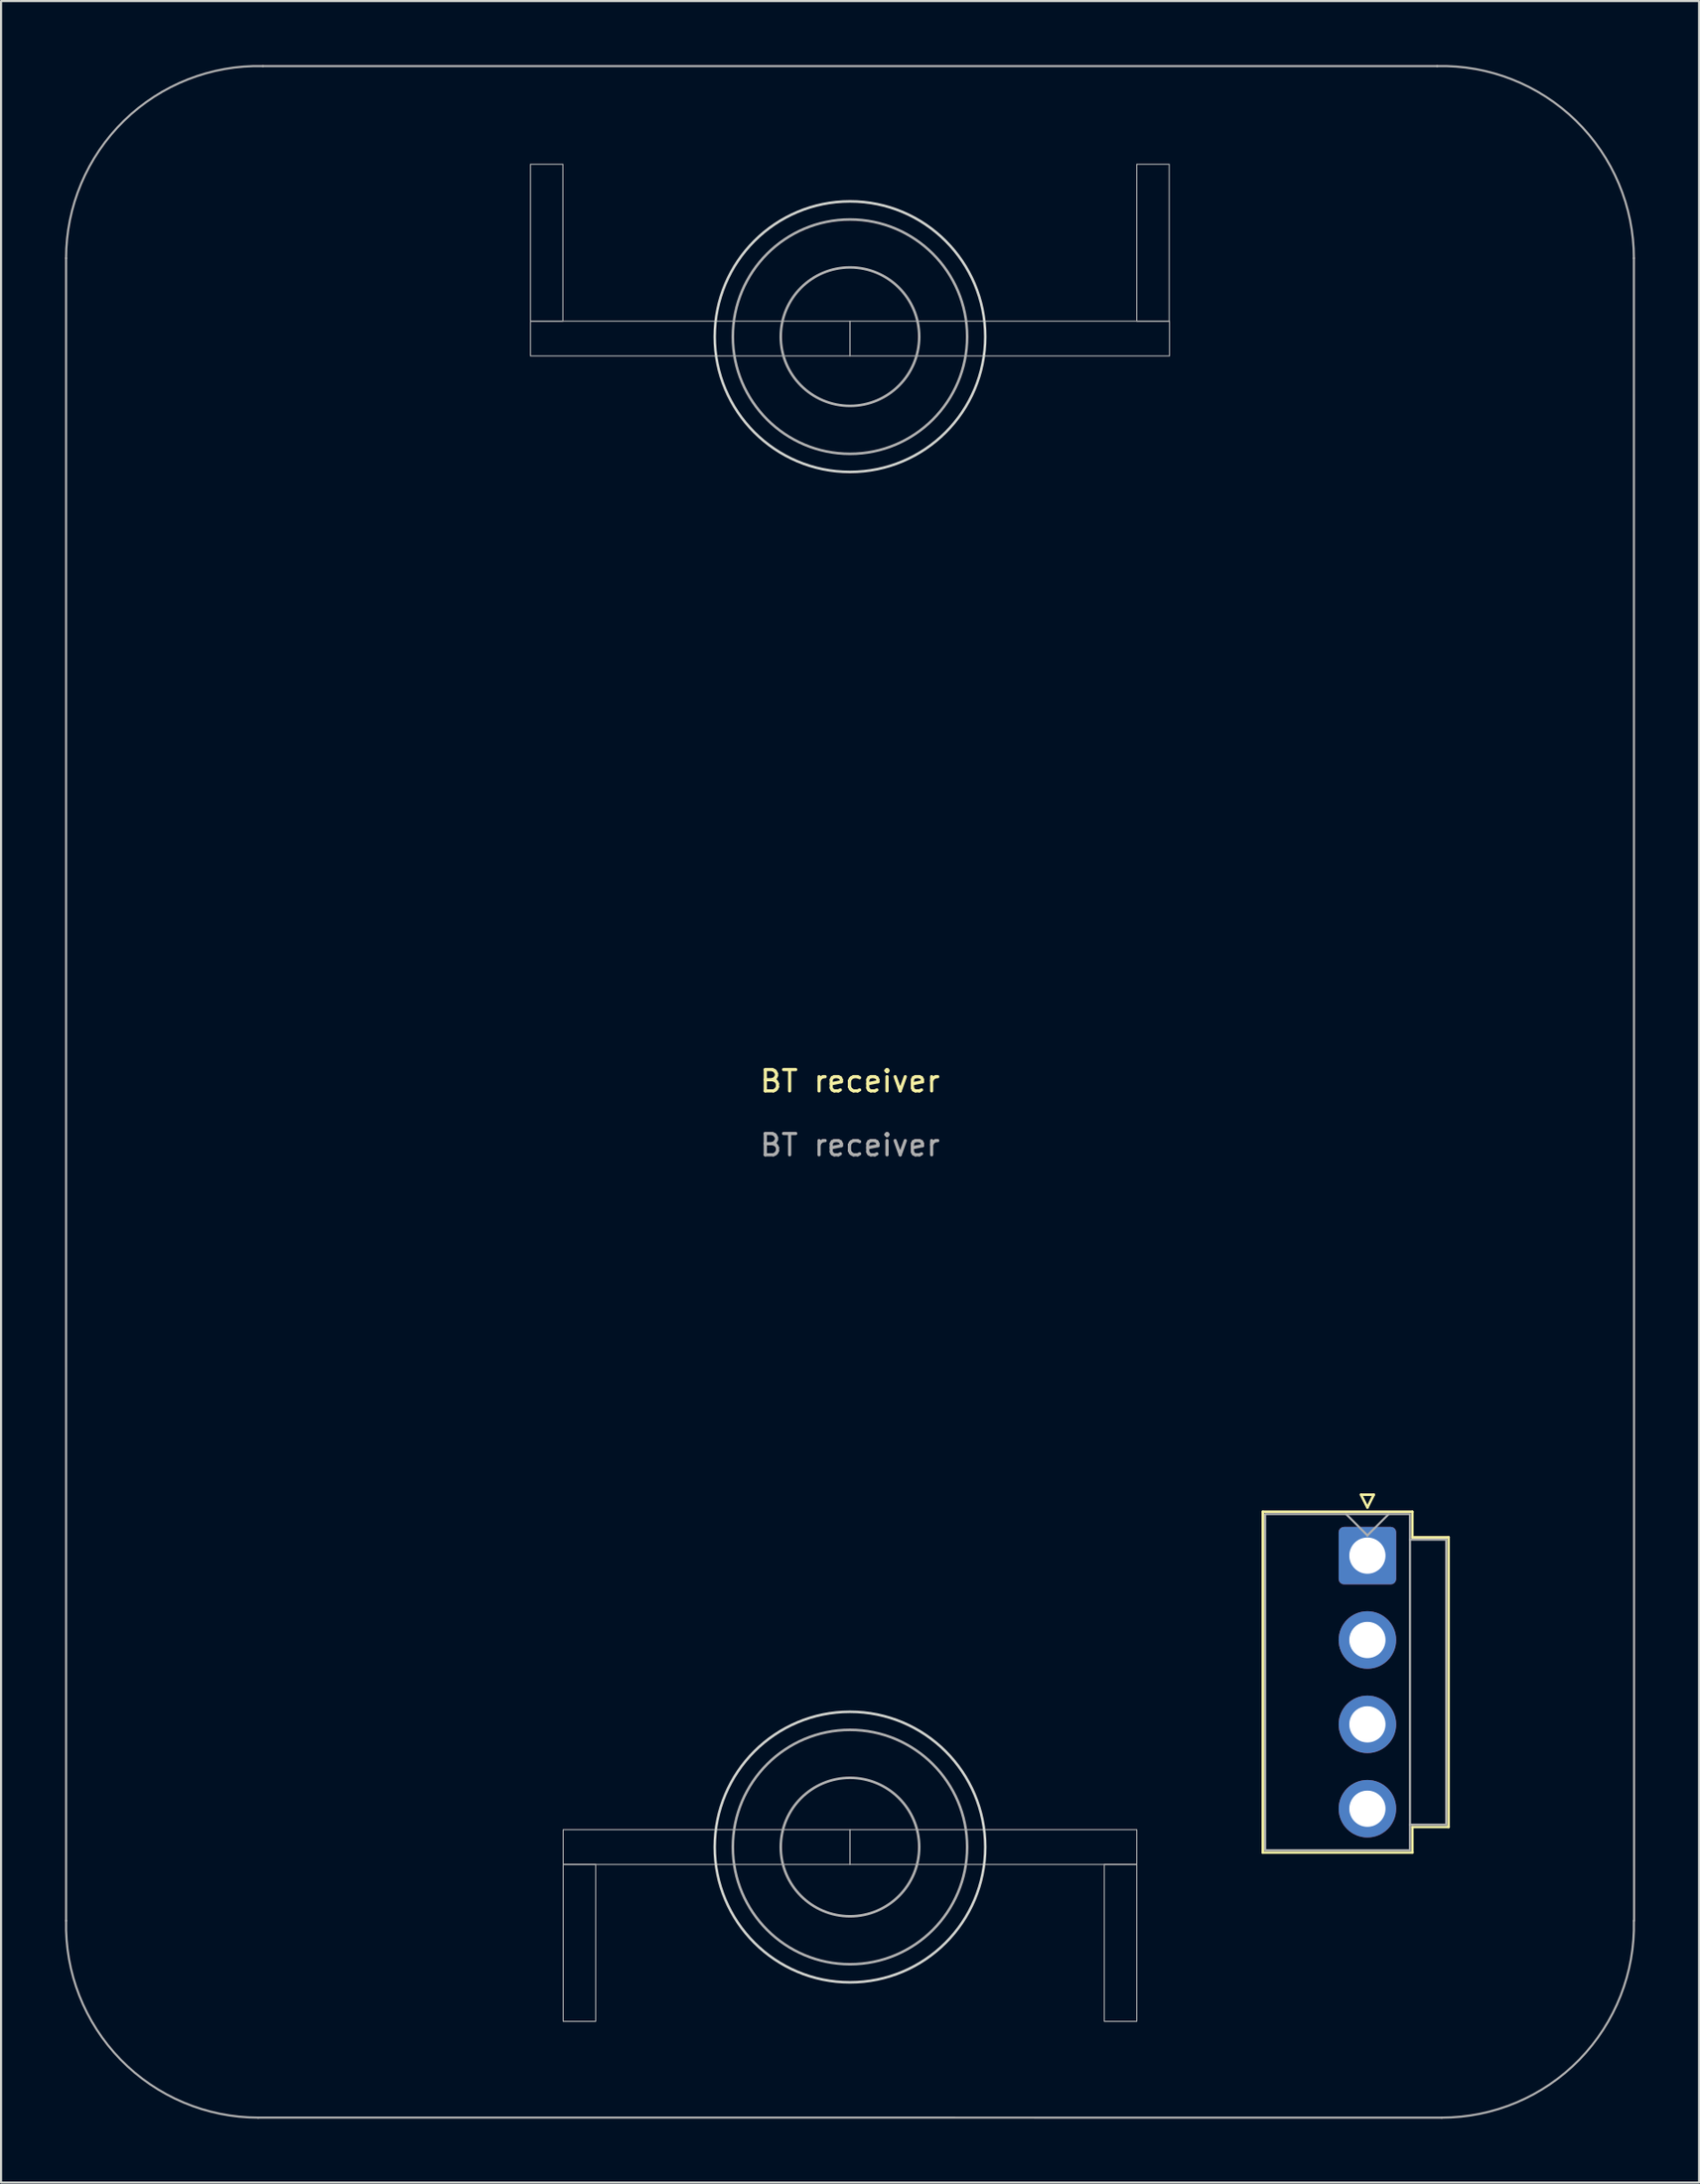
<source format=kicad_pcb>
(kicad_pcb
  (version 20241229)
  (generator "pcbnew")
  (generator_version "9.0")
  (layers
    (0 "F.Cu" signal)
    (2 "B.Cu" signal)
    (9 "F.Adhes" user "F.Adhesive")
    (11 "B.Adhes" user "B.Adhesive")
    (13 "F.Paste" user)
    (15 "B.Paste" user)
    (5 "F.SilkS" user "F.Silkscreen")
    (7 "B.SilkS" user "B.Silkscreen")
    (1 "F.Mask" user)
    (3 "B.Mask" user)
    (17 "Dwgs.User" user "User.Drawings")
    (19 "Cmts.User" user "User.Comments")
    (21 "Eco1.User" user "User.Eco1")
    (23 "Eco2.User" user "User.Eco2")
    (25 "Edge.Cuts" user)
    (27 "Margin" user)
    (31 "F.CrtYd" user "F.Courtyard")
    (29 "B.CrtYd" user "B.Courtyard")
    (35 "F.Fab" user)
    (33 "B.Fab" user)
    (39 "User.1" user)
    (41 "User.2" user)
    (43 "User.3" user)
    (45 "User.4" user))
  (footprint "BT receiver"
    (layer "F.Cu")
    (at 36.853 48.203)
    (property "Reference" "BT receiver" (at 0 -0.5 0) (unlocked yes) (layer "F.SilkS") (effects (font (size 1 1) (thickness 0.15))))
    (attr through_hole)
    (fp_line (start 19.38 19.71) (end 26.4 19.71) (stroke (width 0.12) (type solid)) (layer "F.SilkS"))
    (fp_line (start 19.38 35.71) (end 19.38 19.71) (stroke (width 0.12) (type solid)) (layer "F.SilkS"))
    (fp_line (start 23.99 18.91) (end 24.59 18.91) (stroke (width 0.12) (type solid)) (layer "F.SilkS"))
    (fp_line (start 24.29 19.51) (end 23.99 18.91) (stroke (width 0.12) (type solid)) (layer "F.SilkS"))
    (fp_line (start 24.59 18.91) (end 24.29 19.51) (stroke (width 0.12) (type solid)) (layer "F.SilkS"))
    (fp_line (start 26.4 19.71) (end 26.4 20.91) (stroke (width 0.12) (type solid)) (layer "F.SilkS"))
    (fp_line (start 26.4 20.91) (end 28.1 20.91) (stroke (width 0.12) (type solid)) (layer "F.SilkS"))
    (fp_line (start 26.4 34.51) (end 26.4 35.71) (stroke (width 0.12) (type solid)) (layer "F.SilkS"))
    (fp_line (start 26.4 35.71) (end 19.38 35.71) (stroke (width 0.12) (type solid)) (layer "F.SilkS"))
    (fp_line (start 28.1 20.91) (end 28.1 34.51) (stroke (width 0.12) (type solid)) (layer "F.SilkS"))
    (fp_line (start 28.1 34.51) (end 26.4 34.51) (stroke (width 0.12) (type solid)) (layer "F.SilkS"))
    (fp_circle (center 0 -35.45) (end 6.35 -35.45) (stroke (width 0.12) (type solid)) (fill no) (layer "Edge.Cuts"))
    (fp_circle (center 0 35.45) (end 6.35 35.45) (stroke (width 0.12) (type solid)) (fill no) (layer "Edge.Cuts"))
    (fp_line (start -36.8 38.907) (end -36.801 -39.13) (stroke (width 0.1) (type solid)) (layer "F.Fab"))
    (fp_line (start -27.558 -48.15) (end 27.57 -48.15) (stroke (width 0.1) (type solid)) (layer "F.Fab"))
    (fp_line (start 23.29 19.82) (end 24.29 20.82) (stroke (width 0.1) (type solid)) (layer "F.Fab"))
    (fp_line (start 25.29 19.82) (end 24.29 20.82) (stroke (width 0.1) (type solid)) (layer "F.Fab"))
    (fp_line (start 26.29 21.02) (end 27.99 21.02) (stroke (width 0.1) (type solid)) (layer "F.Fab"))
    (fp_line (start 27.78 48.151) (end -27.78 48.15) (stroke (width 0.1) (type solid)) (layer "F.Fab"))
    (fp_line (start 27.99 21.02) (end 27.99 34.4) (stroke (width 0.1) (type solid)) (layer "F.Fab"))
    (fp_line (start 27.99 34.4) (end 26.29 34.4) (stroke (width 0.1) (type solid)) (layer "F.Fab"))
    (fp_line (start 36.8 -39.13) (end 36.81 38.908) (stroke (width 0.1) (type solid)) (layer "F.Fab"))
    (fp_rect (start -15 -36.178) (end -13.476 -43.544) (stroke (width 0.05) (type solid)) (fill no) (layer "F.Fab"))
    (fp_rect (start -13.462 36.267) (end -11.938 43.633) (stroke (width 0.05) (type solid)) (fill no) (layer "F.Fab"))
    (fp_rect (start 0 -34.544) (end -15 -36.178) (stroke (width 0.05) (type solid)) (fill no) (layer "F.Fab"))
    (fp_rect (start 0 -34.544) (end 15 -36.178) (stroke (width 0.05) (type solid)) (fill no) (layer "F.Fab"))
    (fp_rect (start 0 34.633) (end -13.462 36.267) (stroke (width 0.05) (type solid)) (fill no) (layer "F.Fab"))
    (fp_rect (start 0 34.633) (end 13.462 36.267) (stroke (width 0.05) (type solid)) (fill no) (layer "F.Fab"))
    (fp_rect (start 13.462 36.267) (end 11.938 43.633) (stroke (width 0.05) (type solid)) (fill no) (layer "F.Fab"))
    (fp_rect (start 14.986 -36.178) (end 13.462 -43.544) (stroke (width 0.05) (type solid)) (fill no) (layer "F.Fab"))
    (fp_rect (start 19.49 19.82) (end 26.29 35.6) (stroke (width 0.1) (type solid)) (fill no) (layer "F.Fab"))
    (fp_arc (start -36.800944 -39.130001) (mid -34.08 -45.587314) (end -27.558262 -48.15) (stroke (width 0.1) (type solid)) (layer "F.Fab"))
    (fp_arc (start -27.780001 48.15) (mid -34.237314 45.429056) (end -36.8 38.907318) (stroke (width 0.1) (type solid)) (layer "F.Fab"))
    (fp_arc (start 27.557318 -48.15) (mid 34.079056 -45.587314) (end 36.8 -39.130001) (stroke (width 0.1) (type solid)) (layer "F.Fab"))
    (fp_arc (start 36.8 38.908262) (mid 34.237314 45.43) (end 27.780001 48.150944) (stroke (width 0.1) (type solid)) (layer "F.Fab"))
    (fp_circle (center 0 -35.45) (end 3.25 -35.45) (stroke (width 0.12) (type solid)) (fill no) (layer "F.Fab"))
    (fp_circle (center 0 -35.45) (end 5.5 -35.45) (stroke (width 0.12) (type solid)) (fill no) (layer "F.Fab"))
    (fp_circle (center 0 35.45) (end 3.25 35.45) (stroke (width 0.12) (type solid)) (fill no) (layer "F.Fab"))
    (fp_circle (center 0 35.45) (end 5.5 35.45) (stroke (width 0.12) (type solid)) (fill no) (layer "F.Fab"))
    (fp_text user "${REFERENCE}" (at 0 2.5 0) (unlocked yes) (layer "F.Fab") (effects (font (size 1 1) (thickness 0.15))))
    (pad "1" thru_hole roundrect (at 24.29 21.77 270) (size 2.7 2.7) (drill 1.7) (layers "*.Cu" "*.Mask") (roundrect_rratio 0.093))
    (pad "2" thru_hole circle (at 24.29 25.73 270) (size 2.7 2.7) (drill 1.7) (layers "*.Cu" "*.Mask"))
    (pad "3" thru_hole circle (at 24.29 29.69 270) (size 2.7 2.7) (drill 1.7) (layers "*.Cu" "*.Mask"))
    (pad "4" thru_hole circle (at 24.29 33.65 270) (size 2.7 2.7) (drill 1.7) (layers "*.Cu" "*.Mask")))
  (gr_rect
    (start -3 -3)
    (end 76.713 99.404)
    (stroke (width 0.1) (type default))
    (fill no)
    (layer "Edge.Cuts")))
</source>
